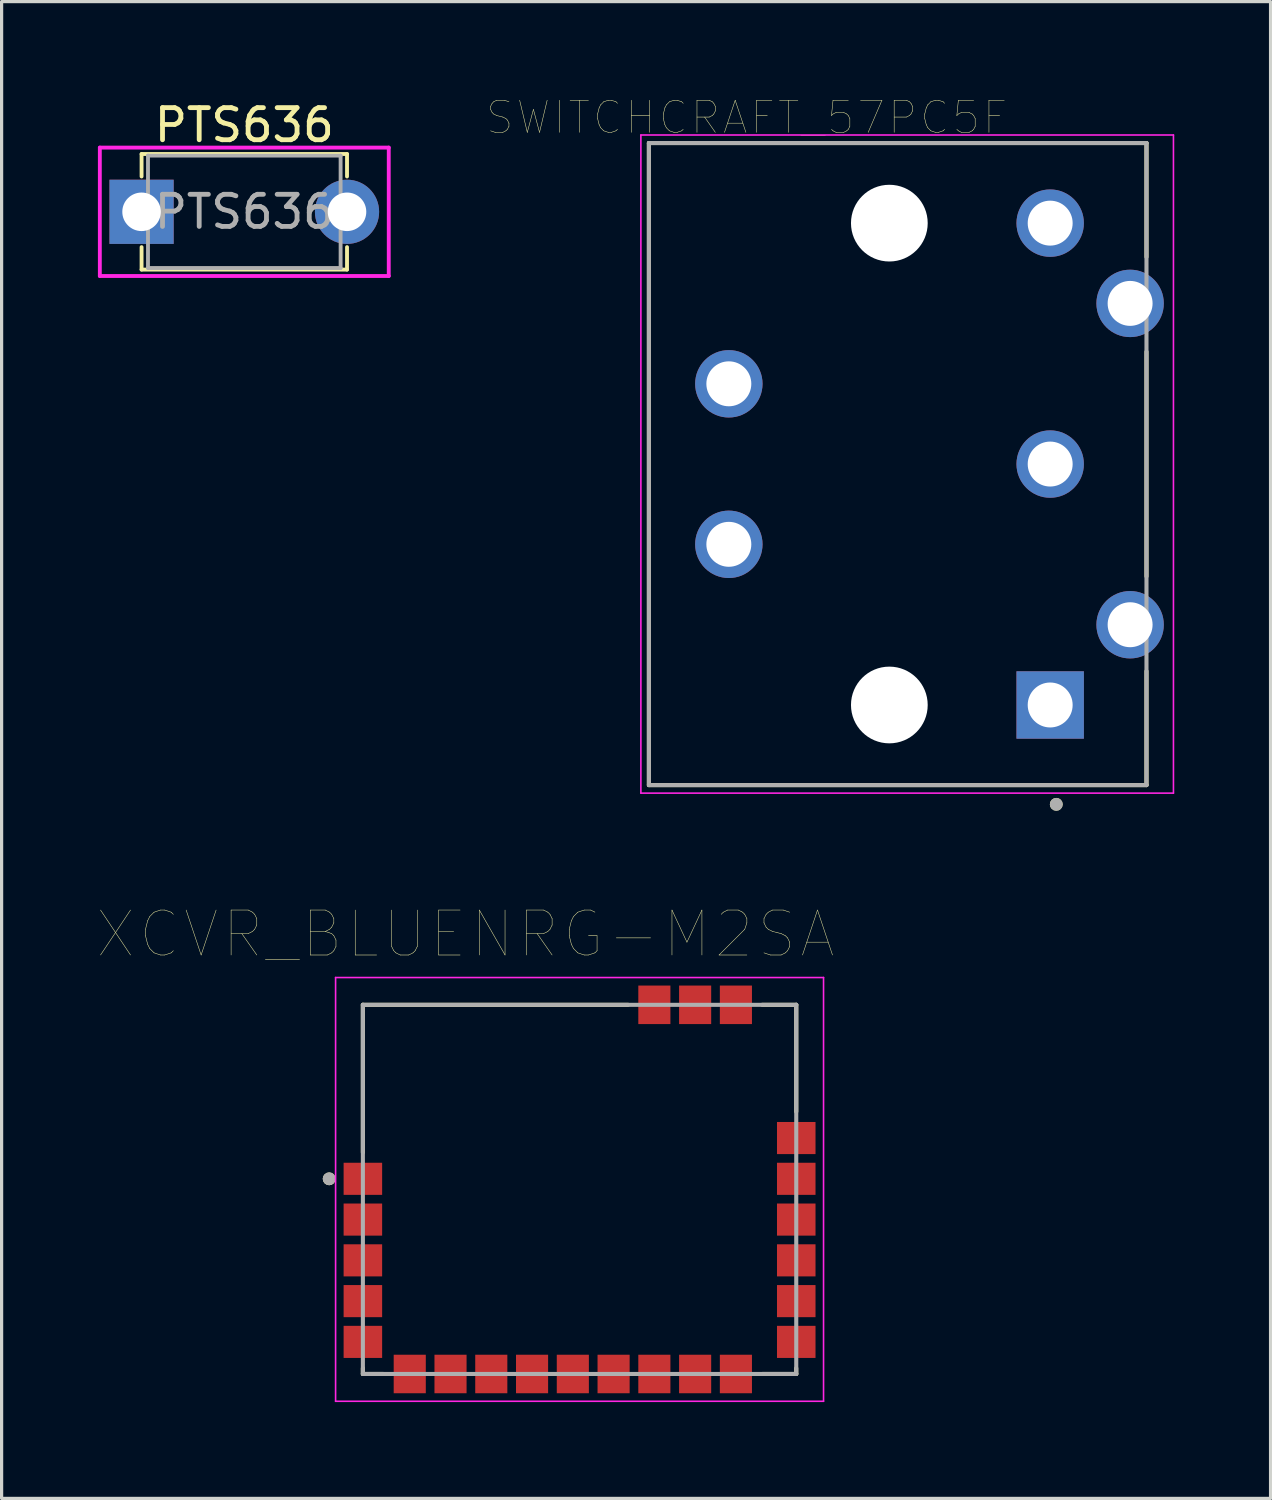
<source format=kicad_pcb>
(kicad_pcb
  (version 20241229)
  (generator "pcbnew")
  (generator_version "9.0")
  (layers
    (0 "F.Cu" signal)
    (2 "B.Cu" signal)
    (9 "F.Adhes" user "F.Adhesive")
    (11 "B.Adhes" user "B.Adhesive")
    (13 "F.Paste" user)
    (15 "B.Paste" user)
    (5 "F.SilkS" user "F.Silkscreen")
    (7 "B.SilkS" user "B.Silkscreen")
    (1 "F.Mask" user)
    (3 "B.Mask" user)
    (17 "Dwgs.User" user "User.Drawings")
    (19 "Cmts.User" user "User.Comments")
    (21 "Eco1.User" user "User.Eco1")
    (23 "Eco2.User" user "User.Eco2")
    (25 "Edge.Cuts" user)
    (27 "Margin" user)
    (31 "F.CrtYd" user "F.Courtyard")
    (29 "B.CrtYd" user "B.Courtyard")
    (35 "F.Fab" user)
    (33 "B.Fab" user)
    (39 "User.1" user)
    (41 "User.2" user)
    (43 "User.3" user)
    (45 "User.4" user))
  (footprint "XCVR_BLUENRG-M2SA"
    (layer "F.Cu")
    (at 19.874 34.941)
    (property "Reference" "XCVR_BLUENRG-M2SA" (at -8.425 -8.889 0) (layer "F.SilkS") (effects (font (size 1.4 1.4) (thickness 0.015))))
    (attr through_hole)
    (fp_line (start -11.62 -6.69) (end -3.36 -6.69) (stroke (width 0.127) (type solid)) (layer "F.SilkS"))
    (fp_line (start -11.62 -2.09) (end -11.62 -6.69) (stroke (width 0.127) (type solid)) (layer "F.SilkS"))
    (fp_line (start -11.62 4.63) (end -11.62 4.81) (stroke (width 0.127) (type solid)) (layer "F.SilkS"))
    (fp_line (start -10.98 4.81) (end -11.62 4.81) (stroke (width 0.127) (type solid)) (layer "F.SilkS"))
    (fp_line (start 0.82 -6.69) (end 1.88 -6.69) (stroke (width 0.127) (type solid)) (layer "F.SilkS"))
    (fp_line (start 1.88 -6.69) (end 1.88 -3.36) (stroke (width 0.127) (type solid)) (layer "F.SilkS"))
    (fp_line (start 1.88 4.63) (end 1.88 4.81) (stroke (width 0.127) (type solid)) (layer "F.SilkS"))
    (fp_line (start 1.88 4.81) (end 0.82 4.81) (stroke (width 0.127) (type solid)) (layer "F.SilkS"))
    (fp_circle (center -12.67 -1.27) (end -12.57 -1.27) (stroke (width 0.2) (type solid)) (fill no) (layer "F.SilkS"))
    (fp_line (start -12.47 -7.54) (end 2.73 -7.54) (stroke (width 0.05) (type solid)) (layer "F.CrtYd"))
    (fp_line (start -12.47 5.66) (end -12.47 -7.54) (stroke (width 0.05) (type solid)) (layer "F.CrtYd"))
    (fp_line (start 2.73 -7.54) (end 2.73 5.66) (stroke (width 0.05) (type solid)) (layer "F.CrtYd"))
    (fp_line (start 2.73 5.66) (end -12.47 5.66) (stroke (width 0.05) (type solid)) (layer "F.CrtYd"))
    (fp_line (start -11.62 -6.69) (end 1.88 -6.69) (stroke (width 0.127) (type solid)) (layer "F.Fab"))
    (fp_line (start -11.62 4.81) (end -11.62 -6.69) (stroke (width 0.127) (type solid)) (layer "F.Fab"))
    (fp_line (start 1.88 -6.69) (end 1.88 4.81) (stroke (width 0.127) (type solid)) (layer "F.Fab"))
    (fp_line (start 1.88 4.81) (end -11.62 4.81) (stroke (width 0.127) (type solid)) (layer "F.Fab"))
    (fp_circle (center -12.67 -1.27) (end -12.57 -1.27) (stroke (width 0.2) (type solid)) (fill no) (layer "F.Fab"))
    (pad "1" smd rect (at -11.62 -1.27) (size 1.2 1) (layers "F.Cu" "F.Mask" "F.Paste"))
    (pad "2" smd rect (at -11.62 0) (size 1.2 1) (layers "F.Cu" "F.Mask" "F.Paste"))
    (pad "3" smd rect (at -11.62 1.27) (size 1.2 1) (layers "F.Cu" "F.Mask" "F.Paste"))
    (pad "4" smd rect (at -11.62 2.54) (size 1.2 1) (layers "F.Cu" "F.Mask" "F.Paste"))
    (pad "5" smd rect (at -11.62 3.81) (size 1.2 1) (layers "F.Cu" "F.Mask" "F.Paste"))
    (pad "6" smd rect (at -10.16 4.81) (size 1 1.2) (layers "F.Cu" "F.Mask" "F.Paste"))
    (pad "7" smd rect (at -8.89 4.81) (size 1 1.2) (layers "F.Cu" "F.Mask" "F.Paste"))
    (pad "8" smd rect (at -7.62 4.81) (size 1 1.2) (layers "F.Cu" "F.Mask" "F.Paste"))
    (pad "9" smd rect (at -6.35 4.81) (size 1 1.2) (layers "F.Cu" "F.Mask" "F.Paste"))
    (pad "10" smd rect (at -5.08 4.81) (size 1 1.2) (layers "F.Cu" "F.Mask" "F.Paste"))
    (pad "11" smd rect (at -3.81 4.81) (size 1 1.2) (layers "F.Cu" "F.Mask" "F.Paste"))
    (pad "12" smd rect (at -2.54 4.81) (size 1 1.2) (layers "F.Cu" "F.Mask" "F.Paste"))
    (pad "13" smd rect (at -1.27 4.81) (size 1 1.2) (layers "F.Cu" "F.Mask" "F.Paste"))
    (pad "14" smd rect (at 0 4.81) (size 1 1.2) (layers "F.Cu" "F.Mask" "F.Paste"))
    (pad "15" smd rect (at 1.88 3.81) (size 1.2 1) (layers "F.Cu" "F.Mask" "F.Paste"))
    (pad "16" smd rect (at 1.88 2.54) (size 1.2 1) (layers "F.Cu" "F.Mask" "F.Paste"))
    (pad "17" smd rect (at 1.88 1.27) (size 1.2 1) (layers "F.Cu" "F.Mask" "F.Paste"))
    (pad "18" smd rect (at 1.88 0) (size 1.2 1) (layers "F.Cu" "F.Mask" "F.Paste"))
    (pad "19" smd rect (at 1.88 -1.27) (size 1.2 1) (layers "F.Cu" "F.Mask" "F.Paste"))
    (pad "20" smd rect (at 1.88 -2.54) (size 1.2 1) (layers "F.Cu" "F.Mask" "F.Paste"))
    (pad "21" smd rect (at 0 -6.69) (size 1 1.2) (layers "F.Cu" "F.Mask" "F.Paste"))
    (pad "22" smd rect (at -1.27 -6.69) (size 1 1.2) (layers "F.Cu" "F.Mask" "F.Paste"))
    (pad "23" smd rect (at -2.54 -6.69) (size 1 1.2) (layers "F.Cu" "F.Mask" "F.Paste")))
  (footprint "SWITCHCRAFT_57PC5F"
    (layer "F.Cu")
    (at 24.654 11.406)
    (property "Reference" "SWITCHCRAFT_57PC5F" (at -4.445 -10.795 0) (layer "F.SilkS") (effects (font (size 1 1) (thickness 0.015))))
    (attr through_hole)
    (fp_circle (center 0 -7.505) (end 0.725 -7.505) (stroke (width 1.449) (type solid)) (fill no) (layer "F.Mask"))
    (fp_circle (center 0 7.505) (end 0.725 7.505) (stroke (width 1.449) (type solid)) (fill no) (layer "F.Mask"))
    (fp_circle (center 0 -7.505) (end 0.725 -7.505) (stroke (width 1.449) (type solid)) (fill no) (layer "B.Mask"))
    (fp_circle (center 0 7.505) (end 0.725 7.505) (stroke (width 1.449) (type solid)) (fill no) (layer "B.Mask"))
    (fp_line (start -7.49 -10) (end 8.01 -10) (stroke (width 0.127) (type solid)) (layer "F.SilkS"))
    (fp_line (start -7.49 10) (end -7.49 -10) (stroke (width 0.127) (type solid)) (layer "F.SilkS"))
    (fp_line (start 8.01 -10) (end 8.01 -6.45) (stroke (width 0.127) (type solid)) (layer "F.SilkS"))
    (fp_line (start 8.01 -3.5) (end 8.01 3.5) (stroke (width 0.127) (type solid)) (layer "F.SilkS"))
    (fp_line (start 8.01 6.45) (end 8.01 10) (stroke (width 0.127) (type solid)) (layer "F.SilkS"))
    (fp_line (start 8.01 10) (end -7.49 10) (stroke (width 0.127) (type solid)) (layer "F.SilkS"))
    (fp_circle (center 5.2 10.6) (end 5.3 10.6) (stroke (width 0.2) (type solid)) (fill no) (layer "F.SilkS"))
    (fp_line (start -7.74 -10.25) (end 8.85 -10.25) (stroke (width 0.05) (type solid)) (layer "F.CrtYd"))
    (fp_line (start -7.74 10.25) (end -7.74 -10.25) (stroke (width 0.05) (type solid)) (layer "F.CrtYd"))
    (fp_line (start 8.85 -10.25) (end 8.85 10.25) (stroke (width 0.05) (type solid)) (layer "F.CrtYd"))
    (fp_line (start 8.85 10.25) (end -7.74 10.25) (stroke (width 0.05) (type solid)) (layer "F.CrtYd"))
    (fp_line (start -7.49 -10) (end 8.01 -10) (stroke (width 0.127) (type solid)) (layer "F.Fab"))
    (fp_line (start -7.49 10) (end -7.49 -10) (stroke (width 0.127) (type solid)) (layer "F.Fab"))
    (fp_line (start 8.01 -10) (end 8.01 10) (stroke (width 0.127) (type solid)) (layer "F.Fab"))
    (fp_line (start 8.01 10) (end -7.49 10) (stroke (width 0.127) (type solid)) (layer "F.Fab"))
    (fp_circle (center 5.2 10.6) (end 5.3 10.6) (stroke (width 0.2) (type solid)) (fill no) (layer "F.Fab"))
    (pad "" np_thru_hole circle (at 0 -7.505) (size 2.39 2.39) (drill 2.39) (layers "*.Cu" "*.Mask"))
    (pad "" np_thru_hole circle (at 0 7.505) (size 2.39 2.39) (drill 2.39) (layers "*.Cu" "*.Mask"))
    (pad "1" thru_hole rect (at 5.01 7.505) (size 2.1 2.1) (drill 1.4) (layers "*.Cu" "*.Mask"))
    (pad "2" thru_hole circle (at 5.01 0) (size 2.1 2.1) (drill 1.4) (layers "*.Cu" "*.Mask"))
    (pad "3" thru_hole circle (at 5.01 -7.505) (size 2.1 2.1) (drill 1.4) (layers "*.Cu" "*.Mask"))
    (pad "4" thru_hole circle (at 7.5 5.005) (size 2.1 2.1) (drill 1.4) (layers "*.Cu" "*.Mask"))
    (pad "5" thru_hole circle (at 7.5 -5.005) (size 2.1 2.1) (drill 1.4) (layers "*.Cu" "*.Mask"))
    (pad "G1" thru_hole circle (at -5 -2.5) (size 2.1 2.1) (drill 1.4) (layers "*.Cu" "*.Mask"))
    (pad "G2" thru_hole circle (at -5 2.5) (size 2.1 2.1) (drill 1.4) (layers "*.Cu" "*.Mask")))
  (footprint "PTS636"
    (layer "F.Cu")
    (at 4.56 3.548)
    (property "Reference" "PTS636" (at 0 -2.7 0) (layer "F.SilkS") (effects (font (size 1 1) (thickness 0.15))))
    (attr through_hole)
    (fp_line (start -3.2 -1.8) (end 3.2 -1.8) (stroke (width 0.12) (type solid)) (layer "F.SilkS"))
    (fp_line (start -3.2 -1.1) (end -3.2 -1.8) (stroke (width 0.12) (type solid)) (layer "F.SilkS"))
    (fp_line (start -3.2 1.8) (end -3.2 1.1) (stroke (width 0.12) (type solid)) (layer "F.SilkS"))
    (fp_line (start 3.2 -1.8) (end 3.2 -1.1) (stroke (width 0.12) (type solid)) (layer "F.SilkS"))
    (fp_line (start 3.2 1.1) (end 3.2 1.8) (stroke (width 0.12) (type solid)) (layer "F.SilkS"))
    (fp_line (start 3.2 1.8) (end -3.2 1.8) (stroke (width 0.12) (type solid)) (layer "F.SilkS"))
    (fp_line (start -4.5 -2) (end 4.5 -2) (stroke (width 0.12) (type solid)) (layer "F.CrtYd"))
    (fp_line (start -4.5 2) (end -4.5 -2) (stroke (width 0.12) (type solid)) (layer "F.CrtYd"))
    (fp_line (start 4.5 -2) (end 4.5 2) (stroke (width 0.12) (type solid)) (layer "F.CrtYd"))
    (fp_line (start 4.5 2) (end -4.5 2) (stroke (width 0.12) (type solid)) (layer "F.CrtYd"))
    (fp_line (start -3 -1.75) (end -3 1.75) (stroke (width 0.12) (type solid)) (layer "F.Fab"))
    (fp_line (start -3 1.75) (end 3 1.75) (stroke (width 0.12) (type solid)) (layer "F.Fab"))
    (fp_line (start 3 -1.75) (end -3 -1.75) (stroke (width 0.12) (type solid)) (layer "F.Fab"))
    (fp_line (start 3 1.75) (end 3 -1.75) (stroke (width 0.12) (type solid)) (layer "F.Fab"))
    (fp_text user "${REFERENCE}" (at 0 0 0) (layer "F.Fab") (effects (font (size 1 1) (thickness 0.15))))
    (pad "1" thru_hole rect (at -3.2 0) (size 2 2) (drill 1.2) (layers "*.Cu" "*.Mask"))
    (pad "2" thru_hole circle (at 3.2 0) (size 2 2) (drill 1.2) (layers "*.Cu" "*.Mask")))
  (gr_rect
    (start -3 -3)
    (end 36.529 43.626)
    (stroke (width 0.1) (type default))
    (fill no)
    (layer "Edge.Cuts")))
</source>
